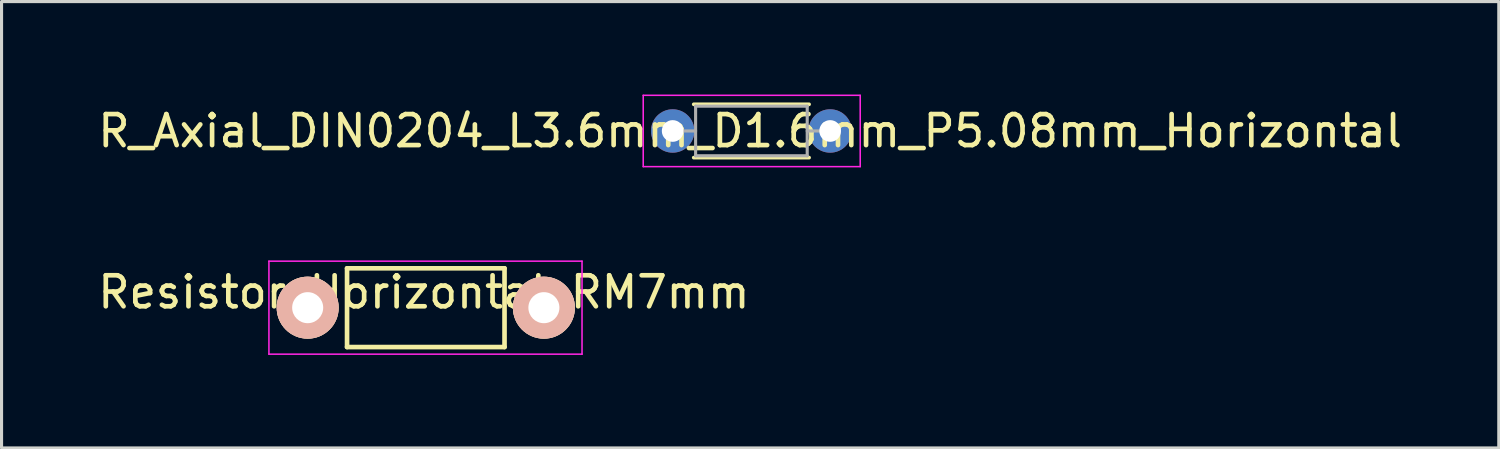
<source format=kicad_pcb>
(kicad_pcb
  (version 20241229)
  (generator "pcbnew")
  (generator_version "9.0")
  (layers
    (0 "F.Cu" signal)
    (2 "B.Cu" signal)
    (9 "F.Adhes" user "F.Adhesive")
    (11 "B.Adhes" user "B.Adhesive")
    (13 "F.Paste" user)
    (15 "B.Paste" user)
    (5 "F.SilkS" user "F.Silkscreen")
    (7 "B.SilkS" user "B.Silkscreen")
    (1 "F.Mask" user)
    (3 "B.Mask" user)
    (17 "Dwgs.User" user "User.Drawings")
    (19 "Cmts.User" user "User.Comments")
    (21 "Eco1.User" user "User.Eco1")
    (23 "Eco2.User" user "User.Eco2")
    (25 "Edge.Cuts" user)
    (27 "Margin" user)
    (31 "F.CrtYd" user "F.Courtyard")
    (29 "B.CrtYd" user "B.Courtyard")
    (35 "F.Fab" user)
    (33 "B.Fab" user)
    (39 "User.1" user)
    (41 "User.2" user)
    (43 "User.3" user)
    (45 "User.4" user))
  (footprint "R_Axial_DIN0204_L3.6mm_D1.6mm_P5.08mm_Horizontal"
    (layer "F.Cu")
    (at 18.649 1.175)
    (property "Reference" "R_Axial_DIN0204_L3.6mm_D1.6mm_P5.08mm_Horizontal" (at 2.5 0 0) (layer "F.SilkS") (effects (font (size 1 1) (thickness 0.15))))
    (attr through_hole)
    (fp_line (start 0.68 -0.86) (end 4.4 -0.86) (stroke (width 0.12) (type solid)) (layer "F.SilkS"))
    (fp_line (start 0.68 0.86) (end 4.4 0.86) (stroke (width 0.12) (type solid)) (layer "F.SilkS"))
    (fp_line (start -0.95 -1.15) (end -0.95 1.15) (stroke (width 0.05) (type solid)) (layer "F.CrtYd"))
    (fp_line (start -0.95 1.15) (end 6.05 1.15) (stroke (width 0.05) (type solid)) (layer "F.CrtYd"))
    (fp_line (start 6.05 -1.15) (end -0.95 -1.15) (stroke (width 0.05) (type solid)) (layer "F.CrtYd"))
    (fp_line (start 6.05 1.15) (end 6.05 -1.15) (stroke (width 0.05) (type solid)) (layer "F.CrtYd"))
    (fp_line (start 0 0) (end 0.74 0) (stroke (width 0.1) (type solid)) (layer "F.Fab"))
    (fp_line (start 0.74 -0.8) (end 0.74 0.8) (stroke (width 0.1) (type solid)) (layer "F.Fab"))
    (fp_line (start 0.74 0.8) (end 4.34 0.8) (stroke (width 0.1) (type solid)) (layer "F.Fab"))
    (fp_line (start 4.34 -0.8) (end 0.74 -0.8) (stroke (width 0.1) (type solid)) (layer "F.Fab"))
    (fp_line (start 4.34 0.8) (end 4.34 -0.8) (stroke (width 0.1) (type solid)) (layer "F.Fab"))
    (fp_line (start 5.08 0) (end 4.34 0) (stroke (width 0.1) (type solid)) (layer "F.Fab"))
    (pad "1" thru_hole circle (at 0 0) (size 1.4 1.4) (drill 0.7) (layers "*.Cu" "*.Mask"))
    (pad "2" thru_hole oval (at 5.08 0) (size 1.4 1.4) (drill 0.7) (layers "*.Cu" "*.Mask")))
  (footprint "Resistor_Horizontal_RM7mm"
    (layer "F.Cu")
    (at 6.875 6.875)
    (property "Reference" "Resistor_Horizontal_RM7mm" (at 3.75 -0.5 0) (layer "F.SilkS") (effects (font (size 1 1) (thickness 0.15))))
    (attr through_hole)
    (fp_line (start 1.27 -1.27) (end 6.35 -1.27) (stroke (width 0.15) (type solid)) (layer "F.SilkS"))
    (fp_line (start 1.27 1.27) (end 1.27 -1.27) (stroke (width 0.15) (type solid)) (layer "F.SilkS"))
    (fp_line (start 6.35 -1.27) (end 6.35 1.27) (stroke (width 0.15) (type solid)) (layer "F.SilkS"))
    (fp_line (start 6.35 1.27) (end 1.27 1.27) (stroke (width 0.15) (type solid)) (layer "F.SilkS"))
    (fp_line (start -1.25 -1.5) (end 8.85 -1.5) (stroke (width 0.05) (type solid)) (layer "F.CrtYd"))
    (fp_line (start -1.25 1.5) (end -1.25 -1.5) (stroke (width 0.05) (type solid)) (layer "F.CrtYd"))
    (fp_line (start -1.25 1.5) (end 8.85 1.5) (stroke (width 0.05) (type solid)) (layer "F.CrtYd"))
    (fp_line (start 8.85 -1.5) (end 8.85 1.5) (stroke (width 0.05) (type solid)) (layer "F.CrtYd"))
    (pad "1" thru_hole circle (at 0 0) (size 1.999 1.999) (drill 1.001) (layers "*.Cu" "*.SilkS" "*.Mask"))
    (pad "2" thru_hole circle (at 7.62 0) (size 1.999 1.999) (drill 1.001) (layers "*.Cu" "*.SilkS" "*.Mask")))
  (gr_rect
    (start -3 -3)
    (end 45.298 11.4)
    (stroke (width 0.1) (type default))
    (fill no)
    (layer "Edge.Cuts")))
</source>
